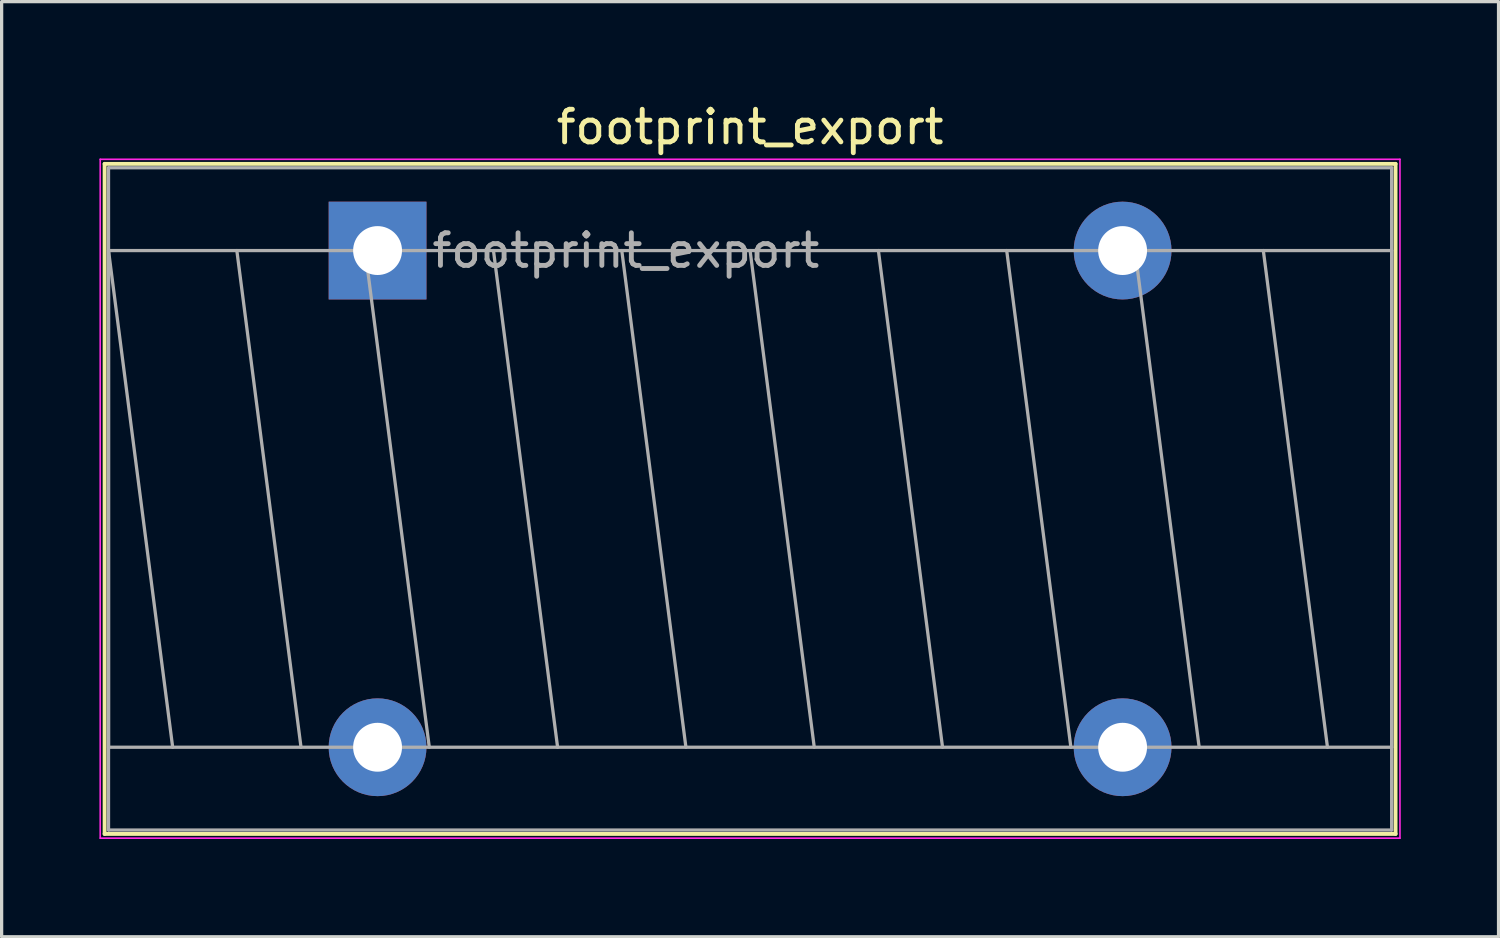
<source format=kicad_pcb>
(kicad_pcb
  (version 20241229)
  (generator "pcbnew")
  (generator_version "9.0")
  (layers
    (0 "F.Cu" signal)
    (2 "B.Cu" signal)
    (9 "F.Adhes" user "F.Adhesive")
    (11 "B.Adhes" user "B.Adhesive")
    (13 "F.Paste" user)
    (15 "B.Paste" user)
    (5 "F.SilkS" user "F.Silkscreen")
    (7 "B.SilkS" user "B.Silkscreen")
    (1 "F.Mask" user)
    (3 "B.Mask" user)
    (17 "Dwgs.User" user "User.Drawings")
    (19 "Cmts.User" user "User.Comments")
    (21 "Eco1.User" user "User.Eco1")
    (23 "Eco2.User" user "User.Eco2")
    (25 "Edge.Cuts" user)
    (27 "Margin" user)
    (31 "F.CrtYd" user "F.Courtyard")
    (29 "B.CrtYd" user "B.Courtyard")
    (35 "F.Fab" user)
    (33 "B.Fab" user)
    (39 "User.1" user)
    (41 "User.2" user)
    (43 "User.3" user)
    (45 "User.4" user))
  (footprint "footprint_export"
    (layer "F.Cu")
    (at 8.535 4.638)
    (property "Reference" "footprint_export" (at 11.43 -3.79 0) (layer "F.SilkS") (effects (font (size 1 1) (thickness 0.15))))
    (attr through_hole)
    (fp_line (start -8.375 -2.66) (end -8.375 17.9) (stroke (width 0.12) (type solid)) (layer "F.SilkS"))
    (fp_line (start -8.375 -2.66) (end 31.235 -2.66) (stroke (width 0.12) (type solid)) (layer "F.SilkS"))
    (fp_line (start -8.375 17.9) (end 31.235 17.9) (stroke (width 0.12) (type solid)) (layer "F.SilkS"))
    (fp_line (start 31.235 -2.66) (end 31.235 17.9) (stroke (width 0.12) (type solid)) (layer "F.SilkS"))
    (fp_line (start -8.51 -2.8) (end -8.51 18.03) (stroke (width 0.05) (type solid)) (layer "F.CrtYd"))
    (fp_line (start -8.51 18.03) (end 31.37 18.03) (stroke (width 0.05) (type solid)) (layer "F.CrtYd"))
    (fp_line (start 31.37 -2.8) (end -8.51 -2.8) (stroke (width 0.05) (type solid)) (layer "F.CrtYd"))
    (fp_line (start 31.37 18.03) (end 31.37 -2.8) (stroke (width 0.05) (type solid)) (layer "F.CrtYd"))
    (fp_line (start -8.255 -2.54) (end -8.255 17.78) (stroke (width 0.1) (type solid)) (layer "F.Fab"))
    (fp_line (start -8.255 0) (end -8.255 15.24) (stroke (width 0.1) (type solid)) (layer "F.Fab"))
    (fp_line (start -8.255 0) (end -6.287 15.24) (stroke (width 0.1) (type solid)) (layer "F.Fab"))
    (fp_line (start -8.255 15.24) (end 31.115 15.24) (stroke (width 0.1) (type solid)) (layer "F.Fab"))
    (fp_line (start -8.255 17.78) (end 31.115 17.78) (stroke (width 0.1) (type solid)) (layer "F.Fab"))
    (fp_line (start -4.318 0) (end -2.349 15.24) (stroke (width 0.1) (type solid)) (layer "F.Fab"))
    (fp_line (start -0.381 0) (end 1.587 15.24) (stroke (width 0.1) (type solid)) (layer "F.Fab"))
    (fp_line (start 3.556 0) (end 5.524 15.24) (stroke (width 0.1) (type solid)) (layer "F.Fab"))
    (fp_line (start 7.493 0) (end 9.461 15.24) (stroke (width 0.1) (type solid)) (layer "F.Fab"))
    (fp_line (start 11.43 0) (end 13.399 15.24) (stroke (width 0.1) (type solid)) (layer "F.Fab"))
    (fp_line (start 15.367 0) (end 17.335 15.24) (stroke (width 0.1) (type solid)) (layer "F.Fab"))
    (fp_line (start 19.304 0) (end 21.273 15.24) (stroke (width 0.1) (type solid)) (layer "F.Fab"))
    (fp_line (start 23.241 0) (end 25.209 15.24) (stroke (width 0.1) (type solid)) (layer "F.Fab"))
    (fp_line (start 27.178 0) (end 29.146 15.24) (stroke (width 0.1) (type solid)) (layer "F.Fab"))
    (fp_line (start 31.115 -2.54) (end -8.255 -2.54) (stroke (width 0.1) (type solid)) (layer "F.Fab"))
    (fp_line (start 31.115 0) (end -8.255 0) (stroke (width 0.1) (type solid)) (layer "F.Fab"))
    (fp_line (start 31.115 15.24) (end 31.115 0) (stroke (width 0.1) (type solid)) (layer "F.Fab"))
    (fp_line (start 31.115 17.78) (end 31.115 -2.54) (stroke (width 0.1) (type solid)) (layer "F.Fab"))
    (fp_text user "${REFERENCE}" (at 7.62 0 0) (layer "F.Fab") (effects (font (size 1 1) (thickness 0.15))))
    (pad "1" thru_hole rect (at 0 0) (size 3 3) (drill 1.5) (layers "*.Cu" "*.Mask"))
    (pad "2" thru_hole circle (at 0 15.24) (size 3 3) (drill 1.5) (layers "*.Cu" "*.Mask"))
    (pad "3" thru_hole circle (at 22.86 15.24) (size 3 3) (drill 1.5) (layers "*.Cu" "*.Mask"))
    (pad "4" thru_hole circle (at 22.86 0) (size 3 3) (drill 1.5) (layers "*.Cu" "*.Mask")))
  (gr_rect
    (start -3 -3)
    (end 42.93 25.693)
    (stroke (width 0.1) (type default))
    (fill no)
    (layer "Edge.Cuts")))
</source>
